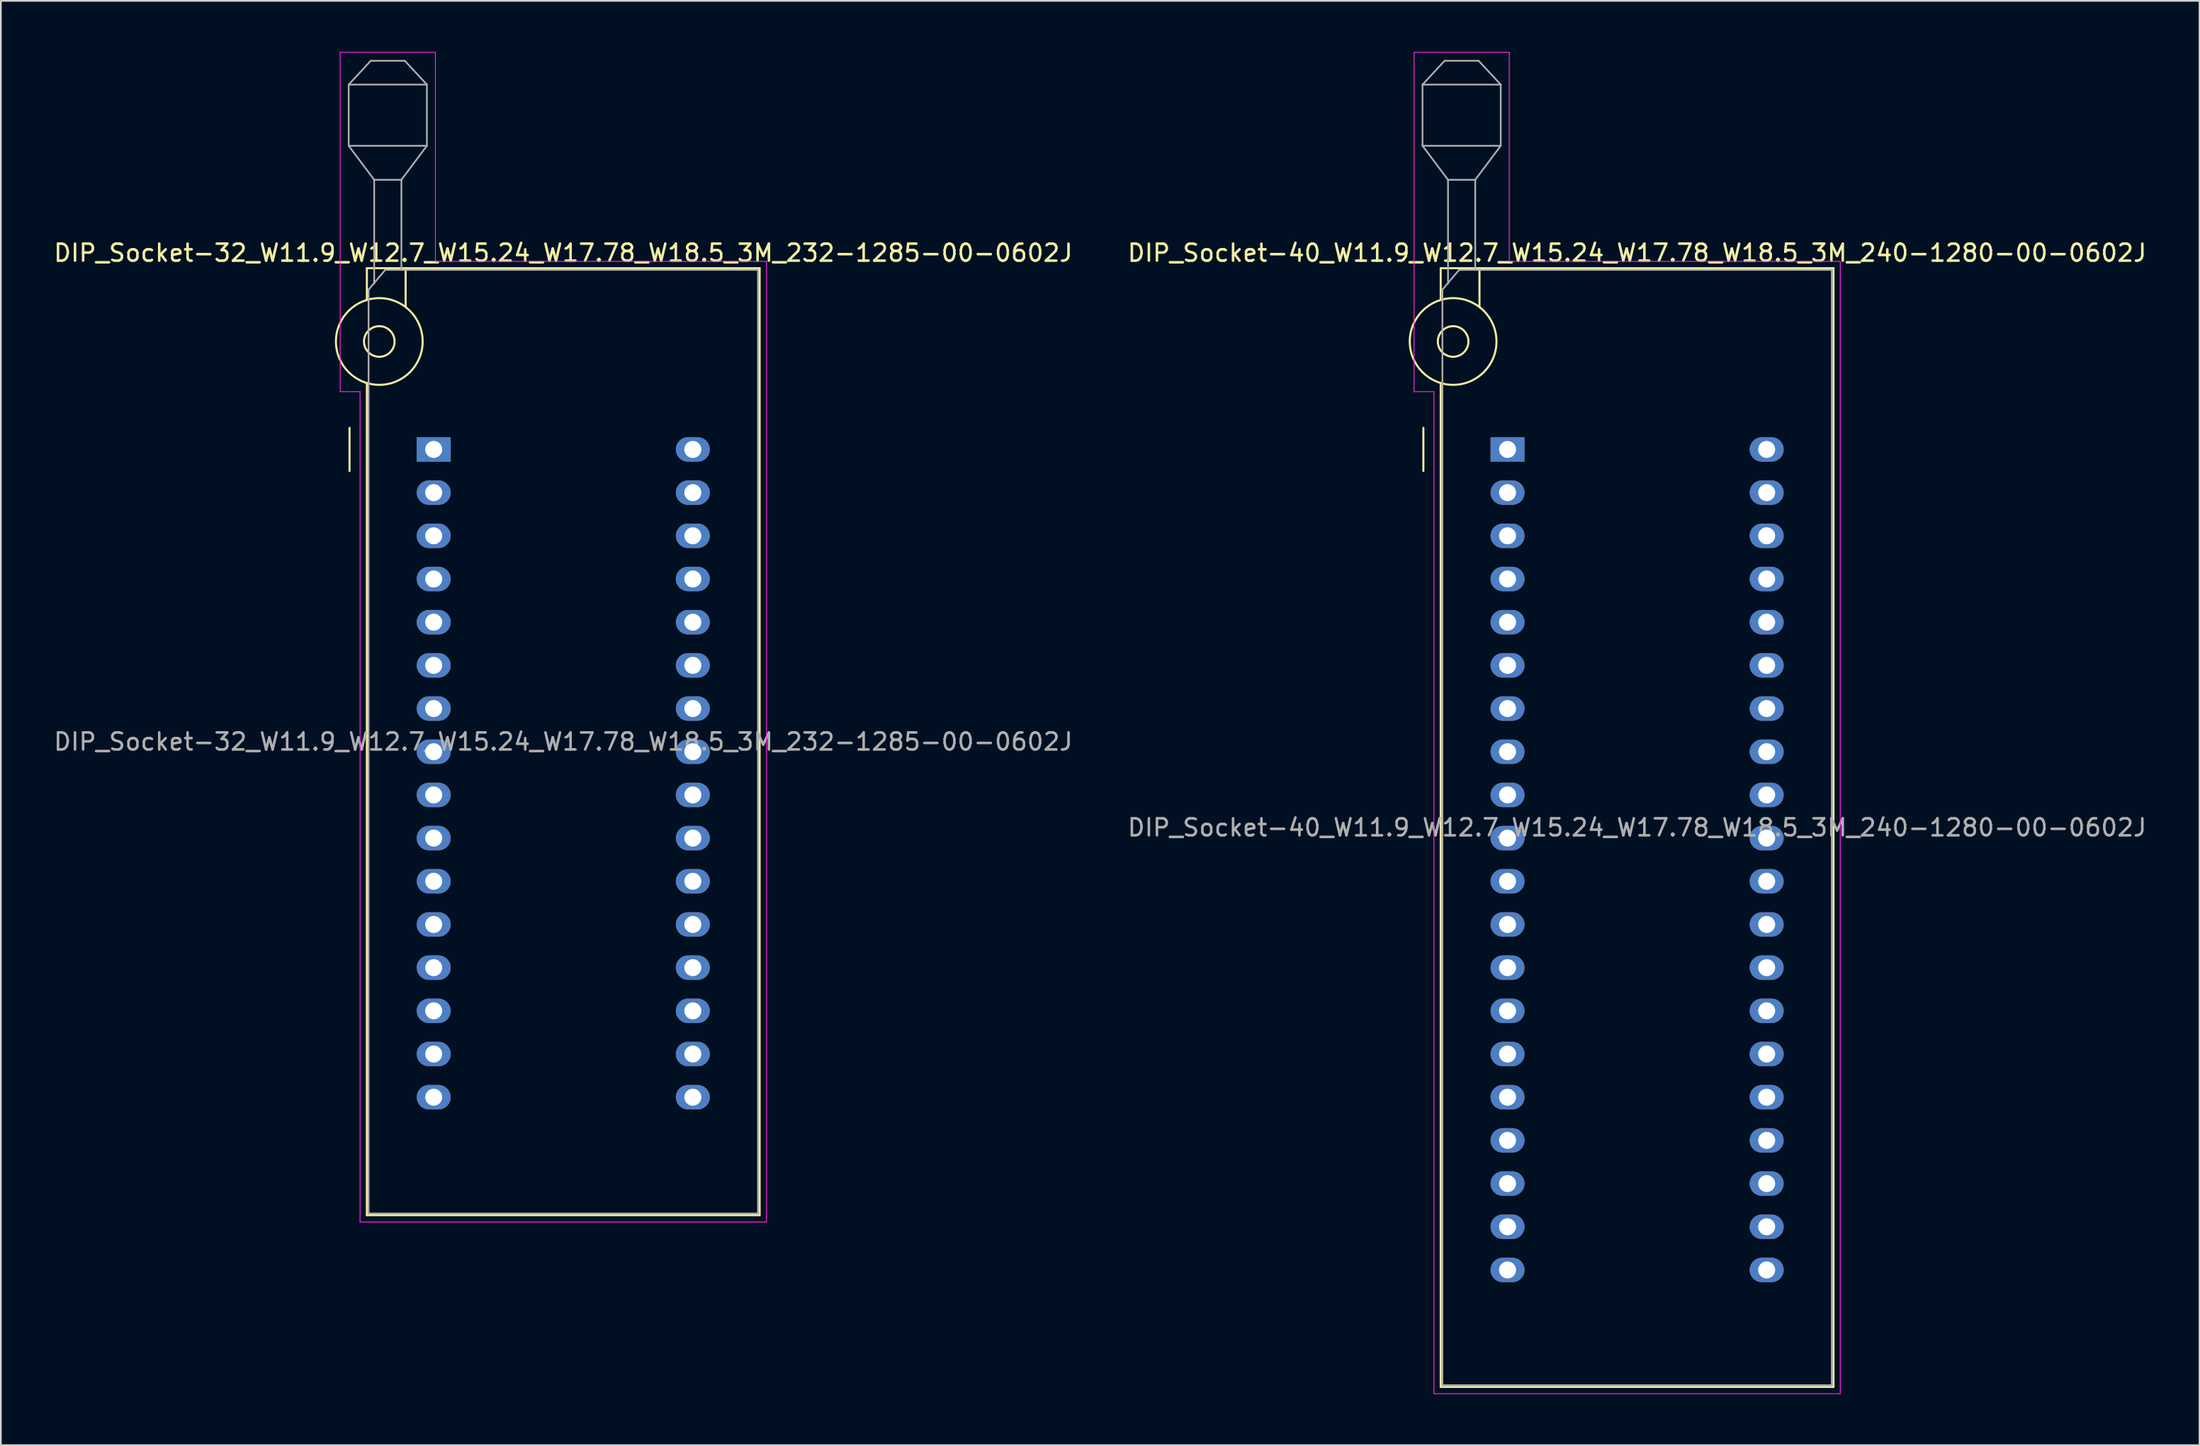
<source format=kicad_pcb>
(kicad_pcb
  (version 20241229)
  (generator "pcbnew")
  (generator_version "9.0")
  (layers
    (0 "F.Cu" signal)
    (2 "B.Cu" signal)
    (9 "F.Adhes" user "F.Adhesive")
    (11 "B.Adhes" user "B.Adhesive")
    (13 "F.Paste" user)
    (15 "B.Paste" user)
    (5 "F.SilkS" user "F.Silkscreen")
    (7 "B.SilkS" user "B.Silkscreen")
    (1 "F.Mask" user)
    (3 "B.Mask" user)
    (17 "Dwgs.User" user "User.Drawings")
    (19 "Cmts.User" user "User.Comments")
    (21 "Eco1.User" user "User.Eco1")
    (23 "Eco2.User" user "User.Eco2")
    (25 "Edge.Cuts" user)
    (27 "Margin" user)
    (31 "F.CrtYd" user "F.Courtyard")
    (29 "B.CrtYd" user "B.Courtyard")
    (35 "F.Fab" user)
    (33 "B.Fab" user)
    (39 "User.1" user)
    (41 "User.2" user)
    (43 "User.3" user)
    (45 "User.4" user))
  (footprint "DIP_Socket-40_W11.9_W12.7_W15.24_W17.78_W18.5_3M_240-1280-00-0602J"
    (layer "F.Cu")
    (at 85.612 23.385)
    (property "Reference" "DIP_Socket-40_W11.9_W12.7_W15.24_W17.78_W18.5_3M_240-1280-00-0602J" (at 7.62 -11.56 0) (layer "F.SilkS") (effects (font (size 1 1) (thickness 0.15))))
    (attr through_hole)
    (fp_line (start -4.95 1.27) (end -4.95 -1.27) (stroke (width 0.12) (type solid)) (layer "F.SilkS"))
    (fp_line (start -3.93 -10.66) (end -3.93 -8.8) (stroke (width 0.12) (type solid)) (layer "F.SilkS"))
    (fp_line (start -3.93 -3.9) (end -3.93 55.14) (stroke (width 0.12) (type solid)) (layer "F.SilkS"))
    (fp_line (start -3.93 55.14) (end 19.17 55.14) (stroke (width 0.12) (type solid)) (layer "F.SilkS"))
    (fp_line (start -1.65 -10.66) (end -1.65 -8.4) (stroke (width 0.12) (type solid)) (layer "F.SilkS"))
    (fp_line (start 19.17 -10.66) (end -3.93 -10.66) (stroke (width 0.12) (type solid)) (layer "F.SilkS"))
    (fp_line (start 19.17 55.14) (end 19.17 -10.66) (stroke (width 0.12) (type solid)) (layer "F.SilkS"))
    (fp_circle (center -3.2 -6.35) (end -2.3 -6.35) (stroke (width 0.12) (type solid)) (fill no) (layer "F.SilkS"))
    (fp_circle (center -3.2 -6.35) (end -0.65 -6.35) (stroke (width 0.12) (type solid)) (fill no) (layer "F.SilkS"))
    (fp_line (start -5.5 -23.36) (end 0.1 -23.36) (stroke (width 0.05) (type solid)) (layer "F.CrtYd"))
    (fp_line (start -5.5 -3.4) (end -5.5 -23.36) (stroke (width 0.05) (type solid)) (layer "F.CrtYd"))
    (fp_line (start -4.33 -3.4) (end -5.5 -3.4) (stroke (width 0.05) (type solid)) (layer "F.CrtYd"))
    (fp_line (start -4.33 55.54) (end -4.33 -3.4) (stroke (width 0.05) (type solid)) (layer "F.CrtYd"))
    (fp_line (start 0.1 -23.36) (end 0.1 -11.06) (stroke (width 0.05) (type solid)) (layer "F.CrtYd"))
    (fp_line (start 0.1 -11.06) (end 19.57 -11.06) (stroke (width 0.05) (type solid)) (layer "F.CrtYd"))
    (fp_line (start 19.57 -11.06) (end 19.57 55.54) (stroke (width 0.05) (type solid)) (layer "F.CrtYd"))
    (fp_line (start 19.57 55.54) (end -4.33 55.54) (stroke (width 0.05) (type solid)) (layer "F.CrtYd"))
    (fp_line (start -5 -21.46) (end -5 -17.86) (stroke (width 0.1) (type solid)) (layer "F.Fab"))
    (fp_line (start -5 -21.46) (end -3.7 -22.86) (stroke (width 0.1) (type solid)) (layer "F.Fab"))
    (fp_line (start -5 -17.86) (end -3.5 -15.86) (stroke (width 0.1) (type solid)) (layer "F.Fab"))
    (fp_line (start -5 -17.86) (end -0.4 -17.86) (stroke (width 0.1) (type solid)) (layer "F.Fab"))
    (fp_line (start -3.83 -9.4) (end -2.85 -10.56) (stroke (width 0.1) (type solid)) (layer "F.Fab"))
    (fp_line (start -3.83 55.04) (end -3.83 -9.4) (stroke (width 0.1) (type solid)) (layer "F.Fab"))
    (fp_line (start -3.7 -22.86) (end -1.7 -22.86) (stroke (width 0.1) (type solid)) (layer "F.Fab"))
    (fp_line (start -3.5 -15.86) (end -1.9 -15.86) (stroke (width 0.1) (type solid)) (layer "F.Fab"))
    (fp_line (start -3.5 -9.75) (end -3.5 -15.86) (stroke (width 0.1) (type solid)) (layer "F.Fab"))
    (fp_line (start -2.85 -10.56) (end 19.07 -10.56) (stroke (width 0.1) (type solid)) (layer "F.Fab"))
    (fp_line (start -1.9 -15.86) (end -1.9 -10.56) (stroke (width 0.1) (type solid)) (layer "F.Fab"))
    (fp_line (start -1.7 -22.86) (end -0.4 -21.46) (stroke (width 0.1) (type solid)) (layer "F.Fab"))
    (fp_line (start -0.4 -21.46) (end -5 -21.46) (stroke (width 0.1) (type solid)) (layer "F.Fab"))
    (fp_line (start -0.4 -17.86) (end -1.9 -15.86) (stroke (width 0.1) (type solid)) (layer "F.Fab"))
    (fp_line (start -0.4 -17.86) (end -0.4 -21.46) (stroke (width 0.1) (type solid)) (layer "F.Fab"))
    (fp_line (start 19.07 -10.56) (end 19.07 55.04) (stroke (width 0.1) (type solid)) (layer "F.Fab"))
    (fp_line (start 19.07 55.04) (end -3.83 55.04) (stroke (width 0.1) (type solid)) (layer "F.Fab"))
    (fp_text user "${REFERENCE}" (at 7.62 22.24 0) (layer "F.Fab") (effects (font (size 1 1) (thickness 0.15))))
    (pad "1" thru_hole rect (at 0 0) (size 2 1.44) (drill 1) (layers "*.Cu" "*.Mask"))
    (pad "2" thru_hole oval (at 0 2.54) (size 2 1.44) (drill 1) (layers "*.Cu" "*.Mask"))
    (pad "3" thru_hole oval (at 0 5.08) (size 2 1.44) (drill 1) (layers "*.Cu" "*.Mask"))
    (pad "4" thru_hole oval (at 0 7.62) (size 2 1.44) (drill 1) (layers "*.Cu" "*.Mask"))
    (pad "5" thru_hole oval (at 0 10.16) (size 2 1.44) (drill 1) (layers "*.Cu" "*.Mask"))
    (pad "6" thru_hole oval (at 0 12.7) (size 2 1.44) (drill 1) (layers "*.Cu" "*.Mask"))
    (pad "7" thru_hole oval (at 0 15.24) (size 2 1.44) (drill 1) (layers "*.Cu" "*.Mask"))
    (pad "8" thru_hole oval (at 0 17.78) (size 2 1.44) (drill 1) (layers "*.Cu" "*.Mask"))
    (pad "9" thru_hole oval (at 0 20.32) (size 2 1.44) (drill 1) (layers "*.Cu" "*.Mask"))
    (pad "10" thru_hole oval (at 0 22.86) (size 2 1.44) (drill 1) (layers "*.Cu" "*.Mask"))
    (pad "11" thru_hole oval (at 0 25.4) (size 2 1.44) (drill 1) (layers "*.Cu" "*.Mask"))
    (pad "12" thru_hole oval (at 0 27.94) (size 2 1.44) (drill 1) (layers "*.Cu" "*.Mask"))
    (pad "13" thru_hole oval (at 0 30.48) (size 2 1.44) (drill 1) (layers "*.Cu" "*.Mask"))
    (pad "14" thru_hole oval (at 0 33.02) (size 2 1.44) (drill 1) (layers "*.Cu" "*.Mask"))
    (pad "15" thru_hole oval (at 0 35.56) (size 2 1.44) (drill 1) (layers "*.Cu" "*.Mask"))
    (pad "16" thru_hole oval (at 0 38.1) (size 2 1.44) (drill 1) (layers "*.Cu" "*.Mask"))
    (pad "17" thru_hole oval (at 0 40.64) (size 2 1.44) (drill 1) (layers "*.Cu" "*.Mask"))
    (pad "18" thru_hole oval (at 0 43.18) (size 2 1.44) (drill 1) (layers "*.Cu" "*.Mask"))
    (pad "19" thru_hole oval (at 0 45.72) (size 2 1.44) (drill 1) (layers "*.Cu" "*.Mask"))
    (pad "20" thru_hole oval (at 0 48.26) (size 2 1.44) (drill 1) (layers "*.Cu" "*.Mask"))
    (pad "21" thru_hole oval (at 15.24 48.26) (size 2 1.44) (drill 1) (layers "*.Cu" "*.Mask"))
    (pad "22" thru_hole oval (at 15.24 45.72) (size 2 1.44) (drill 1) (layers "*.Cu" "*.Mask"))
    (pad "23" thru_hole oval (at 15.24 43.18) (size 2 1.44) (drill 1) (layers "*.Cu" "*.Mask"))
    (pad "24" thru_hole oval (at 15.24 40.64) (size 2 1.44) (drill 1) (layers "*.Cu" "*.Mask"))
    (pad "25" thru_hole oval (at 15.24 38.1) (size 2 1.44) (drill 1) (layers "*.Cu" "*.Mask"))
    (pad "26" thru_hole oval (at 15.24 35.56) (size 2 1.44) (drill 1) (layers "*.Cu" "*.Mask"))
    (pad "27" thru_hole oval (at 15.24 33.02) (size 2 1.44) (drill 1) (layers "*.Cu" "*.Mask"))
    (pad "28" thru_hole oval (at 15.24 30.48) (size 2 1.44) (drill 1) (layers "*.Cu" "*.Mask"))
    (pad "29" thru_hole oval (at 15.24 27.94) (size 2 1.44) (drill 1) (layers "*.Cu" "*.Mask"))
    (pad "30" thru_hole oval (at 15.24 25.4) (size 2 1.44) (drill 1) (layers "*.Cu" "*.Mask"))
    (pad "31" thru_hole oval (at 15.24 22.86) (size 2 1.44) (drill 1) (layers "*.Cu" "*.Mask"))
    (pad "32" thru_hole oval (at 15.24 20.32) (size 2 1.44) (drill 1) (layers "*.Cu" "*.Mask"))
    (pad "33" thru_hole oval (at 15.24 17.78) (size 2 1.44) (drill 1) (layers "*.Cu" "*.Mask"))
    (pad "34" thru_hole oval (at 15.24 15.24) (size 2 1.44) (drill 1) (layers "*.Cu" "*.Mask"))
    (pad "35" thru_hole oval (at 15.24 12.7) (size 2 1.44) (drill 1) (layers "*.Cu" "*.Mask"))
    (pad "36" thru_hole oval (at 15.24 10.16) (size 2 1.44) (drill 1) (layers "*.Cu" "*.Mask"))
    (pad "37" thru_hole oval (at 15.24 7.62) (size 2 1.44) (drill 1) (layers "*.Cu" "*.Mask"))
    (pad "38" thru_hole oval (at 15.24 5.08) (size 2 1.44) (drill 1) (layers "*.Cu" "*.Mask"))
    (pad "39" thru_hole oval (at 15.24 2.54) (size 2 1.44) (drill 1) (layers "*.Cu" "*.Mask"))
    (pad "40" thru_hole oval (at 15.24 0) (size 2 1.44) (drill 1) (layers "*.Cu" "*.Mask")))
  (footprint "DIP_Socket-32_W11.9_W12.7_W15.24_W17.78_W18.5_3M_232-1285-00-0602J"
    (layer "F.Cu")
    (at 22.457 23.385)
    (property "Reference" "DIP_Socket-32_W11.9_W12.7_W15.24_W17.78_W18.5_3M_232-1285-00-0602J" (at 7.62 -11.56 0) (layer "F.SilkS") (effects (font (size 1 1) (thickness 0.15))))
    (attr through_hole)
    (fp_line (start -4.95 1.27) (end -4.95 -1.27) (stroke (width 0.12) (type solid)) (layer "F.SilkS"))
    (fp_line (start -3.93 -10.66) (end -3.93 -8.8) (stroke (width 0.12) (type solid)) (layer "F.SilkS"))
    (fp_line (start -3.93 -3.9) (end -3.93 45.04) (stroke (width 0.12) (type solid)) (layer "F.SilkS"))
    (fp_line (start -3.93 45.04) (end 19.17 45.04) (stroke (width 0.12) (type solid)) (layer "F.SilkS"))
    (fp_line (start -1.65 -10.66) (end -1.65 -8.4) (stroke (width 0.12) (type solid)) (layer "F.SilkS"))
    (fp_line (start 19.17 -10.66) (end -3.93 -10.66) (stroke (width 0.12) (type solid)) (layer "F.SilkS"))
    (fp_line (start 19.17 45.04) (end 19.17 -10.66) (stroke (width 0.12) (type solid)) (layer "F.SilkS"))
    (fp_circle (center -3.2 -6.35) (end -2.3 -6.35) (stroke (width 0.12) (type solid)) (fill no) (layer "F.SilkS"))
    (fp_circle (center -3.2 -6.35) (end -0.65 -6.35) (stroke (width 0.12) (type solid)) (fill no) (layer "F.SilkS"))
    (fp_line (start -5.5 -23.36) (end 0.1 -23.36) (stroke (width 0.05) (type solid)) (layer "F.CrtYd"))
    (fp_line (start -5.5 -3.4) (end -5.5 -23.36) (stroke (width 0.05) (type solid)) (layer "F.CrtYd"))
    (fp_line (start -4.33 -3.4) (end -5.5 -3.4) (stroke (width 0.05) (type solid)) (layer "F.CrtYd"))
    (fp_line (start -4.33 45.44) (end -4.33 -3.4) (stroke (width 0.05) (type solid)) (layer "F.CrtYd"))
    (fp_line (start 0.1 -23.36) (end 0.1 -11.06) (stroke (width 0.05) (type solid)) (layer "F.CrtYd"))
    (fp_line (start 0.1 -11.06) (end 19.57 -11.06) (stroke (width 0.05) (type solid)) (layer "F.CrtYd"))
    (fp_line (start 19.57 -11.06) (end 19.57 45.44) (stroke (width 0.05) (type solid)) (layer "F.CrtYd"))
    (fp_line (start 19.57 45.44) (end -4.33 45.44) (stroke (width 0.05) (type solid)) (layer "F.CrtYd"))
    (fp_line (start -5 -21.46) (end -5 -17.86) (stroke (width 0.1) (type solid)) (layer "F.Fab"))
    (fp_line (start -5 -21.46) (end -3.7 -22.86) (stroke (width 0.1) (type solid)) (layer "F.Fab"))
    (fp_line (start -5 -17.86) (end -3.5 -15.86) (stroke (width 0.1) (type solid)) (layer "F.Fab"))
    (fp_line (start -5 -17.86) (end -0.4 -17.86) (stroke (width 0.1) (type solid)) (layer "F.Fab"))
    (fp_line (start -3.83 -9.4) (end -2.85 -10.56) (stroke (width 0.1) (type solid)) (layer "F.Fab"))
    (fp_line (start -3.83 44.94) (end -3.83 -9.4) (stroke (width 0.1) (type solid)) (layer "F.Fab"))
    (fp_line (start -3.7 -22.86) (end -1.7 -22.86) (stroke (width 0.1) (type solid)) (layer "F.Fab"))
    (fp_line (start -3.5 -15.86) (end -1.9 -15.86) (stroke (width 0.1) (type solid)) (layer "F.Fab"))
    (fp_line (start -3.5 -9.75) (end -3.5 -15.86) (stroke (width 0.1) (type solid)) (layer "F.Fab"))
    (fp_line (start -2.85 -10.56) (end 19.07 -10.56) (stroke (width 0.1) (type solid)) (layer "F.Fab"))
    (fp_line (start -1.9 -15.86) (end -1.9 -10.56) (stroke (width 0.1) (type solid)) (layer "F.Fab"))
    (fp_line (start -1.7 -22.86) (end -0.4 -21.46) (stroke (width 0.1) (type solid)) (layer "F.Fab"))
    (fp_line (start -0.4 -21.46) (end -5 -21.46) (stroke (width 0.1) (type solid)) (layer "F.Fab"))
    (fp_line (start -0.4 -17.86) (end -1.9 -15.86) (stroke (width 0.1) (type solid)) (layer "F.Fab"))
    (fp_line (start -0.4 -17.86) (end -0.4 -21.46) (stroke (width 0.1) (type solid)) (layer "F.Fab"))
    (fp_line (start 19.07 -10.56) (end 19.07 44.94) (stroke (width 0.1) (type solid)) (layer "F.Fab"))
    (fp_line (start 19.07 44.94) (end -3.83 44.94) (stroke (width 0.1) (type solid)) (layer "F.Fab"))
    (fp_text user "${REFERENCE}" (at 7.62 17.19 0) (layer "F.Fab") (effects (font (size 1 1) (thickness 0.15))))
    (pad "1" thru_hole rect (at 0 0) (size 2 1.44) (drill 1) (layers "*.Cu" "*.Mask"))
    (pad "2" thru_hole oval (at 0 2.54) (size 2 1.44) (drill 1) (layers "*.Cu" "*.Mask"))
    (pad "3" thru_hole oval (at 0 5.08) (size 2 1.44) (drill 1) (layers "*.Cu" "*.Mask"))
    (pad "4" thru_hole oval (at 0 7.62) (size 2 1.44) (drill 1) (layers "*.Cu" "*.Mask"))
    (pad "5" thru_hole oval (at 0 10.16) (size 2 1.44) (drill 1) (layers "*.Cu" "*.Mask"))
    (pad "6" thru_hole oval (at 0 12.7) (size 2 1.44) (drill 1) (layers "*.Cu" "*.Mask"))
    (pad "7" thru_hole oval (at 0 15.24) (size 2 1.44) (drill 1) (layers "*.Cu" "*.Mask"))
    (pad "8" thru_hole oval (at 0 17.78) (size 2 1.44) (drill 1) (layers "*.Cu" "*.Mask"))
    (pad "9" thru_hole oval (at 0 20.32) (size 2 1.44) (drill 1) (layers "*.Cu" "*.Mask"))
    (pad "10" thru_hole oval (at 0 22.86) (size 2 1.44) (drill 1) (layers "*.Cu" "*.Mask"))
    (pad "11" thru_hole oval (at 0 25.4) (size 2 1.44) (drill 1) (layers "*.Cu" "*.Mask"))
    (pad "12" thru_hole oval (at 0 27.94) (size 2 1.44) (drill 1) (layers "*.Cu" "*.Mask"))
    (pad "13" thru_hole oval (at 0 30.48) (size 2 1.44) (drill 1) (layers "*.Cu" "*.Mask"))
    (pad "14" thru_hole oval (at 0 33.02) (size 2 1.44) (drill 1) (layers "*.Cu" "*.Mask"))
    (pad "15" thru_hole oval (at 0 35.56) (size 2 1.44) (drill 1) (layers "*.Cu" "*.Mask"))
    (pad "16" thru_hole oval (at 0 38.1) (size 2 1.44) (drill 1) (layers "*.Cu" "*.Mask"))
    (pad "17" thru_hole oval (at 15.24 38.1) (size 2 1.44) (drill 1) (layers "*.Cu" "*.Mask"))
    (pad "18" thru_hole oval (at 15.24 35.56) (size 2 1.44) (drill 1) (layers "*.Cu" "*.Mask"))
    (pad "19" thru_hole oval (at 15.24 33.02) (size 2 1.44) (drill 1) (layers "*.Cu" "*.Mask"))
    (pad "20" thru_hole oval (at 15.24 30.48) (size 2 1.44) (drill 1) (layers "*.Cu" "*.Mask"))
    (pad "21" thru_hole oval (at 15.24 27.94) (size 2 1.44) (drill 1) (layers "*.Cu" "*.Mask"))
    (pad "22" thru_hole oval (at 15.24 25.4) (size 2 1.44) (drill 1) (layers "*.Cu" "*.Mask"))
    (pad "23" thru_hole oval (at 15.24 22.86) (size 2 1.44) (drill 1) (layers "*.Cu" "*.Mask"))
    (pad "24" thru_hole oval (at 15.24 20.32) (size 2 1.44) (drill 1) (layers "*.Cu" "*.Mask"))
    (pad "25" thru_hole oval (at 15.24 17.78) (size 2 1.44) (drill 1) (layers "*.Cu" "*.Mask"))
    (pad "26" thru_hole oval (at 15.24 15.24) (size 2 1.44) (drill 1) (layers "*.Cu" "*.Mask"))
    (pad "27" thru_hole oval (at 15.24 12.7) (size 2 1.44) (drill 1) (layers "*.Cu" "*.Mask"))
    (pad "28" thru_hole oval (at 15.24 10.16) (size 2 1.44) (drill 1) (layers "*.Cu" "*.Mask"))
    (pad "29" thru_hole oval (at 15.24 7.62) (size 2 1.44) (drill 1) (layers "*.Cu" "*.Mask"))
    (pad "30" thru_hole oval (at 15.24 5.08) (size 2 1.44) (drill 1) (layers "*.Cu" "*.Mask"))
    (pad "31" thru_hole oval (at 15.24 2.54) (size 2 1.44) (drill 1) (layers "*.Cu" "*.Mask"))
    (pad "32" thru_hole oval (at 15.24 0) (size 2 1.44) (drill 1) (layers "*.Cu" "*.Mask")))
  (gr_rect
    (start -3 -3)
    (end 126.31 81.95)
    (stroke (width 0.1) (type default))
    (fill no)
    (layer "Edge.Cuts")))
</source>
